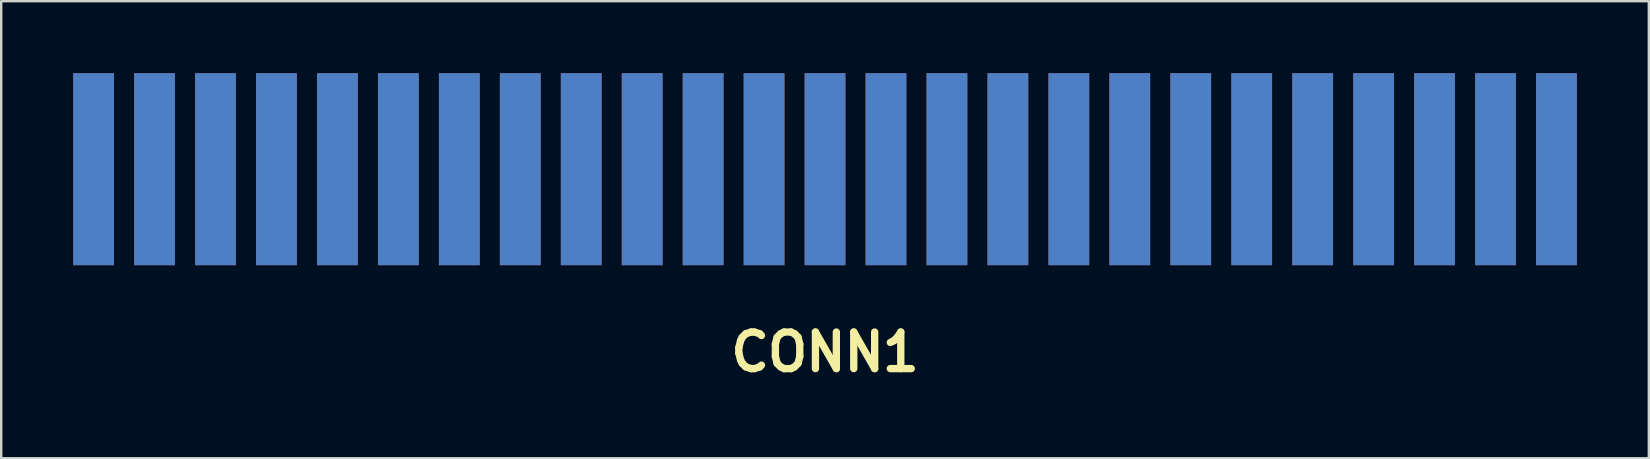
<source format=kicad_pcb>
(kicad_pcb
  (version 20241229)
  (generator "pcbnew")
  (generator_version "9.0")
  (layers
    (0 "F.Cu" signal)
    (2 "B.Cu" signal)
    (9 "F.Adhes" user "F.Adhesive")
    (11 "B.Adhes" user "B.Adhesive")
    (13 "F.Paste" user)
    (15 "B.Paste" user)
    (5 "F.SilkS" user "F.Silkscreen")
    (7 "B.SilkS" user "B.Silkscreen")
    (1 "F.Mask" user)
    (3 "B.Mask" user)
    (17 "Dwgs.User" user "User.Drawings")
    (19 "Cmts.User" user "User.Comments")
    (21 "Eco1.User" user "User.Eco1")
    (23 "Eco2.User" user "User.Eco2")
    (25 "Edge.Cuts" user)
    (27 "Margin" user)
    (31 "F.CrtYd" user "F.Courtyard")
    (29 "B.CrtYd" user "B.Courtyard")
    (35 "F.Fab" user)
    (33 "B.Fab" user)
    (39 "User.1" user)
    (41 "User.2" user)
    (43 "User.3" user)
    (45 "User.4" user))
  (footprint "CONN1"
    (layer "F.Cu")
    (at 31.33 9.081)
    (property "Reference" "CONN1" (at 0 2.54 0) (layer "F.SilkS") (effects (font (size 1.524 1.524) (thickness 0.305))))
    (attr through_hole)
    (pad "1" connect rect (at 30.48 -5.08) (size 1.699 8.001) (layers "F.Mask" "B.Cu"))
    (pad "2" connect rect (at 30.48 -5.08) (size 1.699 8.001) (layers "F.Cu" "F.Mask"))
    (pad "3" connect rect (at 27.94 -5.08) (size 1.699 8.001) (layers "F.Mask" "B.Cu"))
    (pad "4" connect rect (at 27.94 -5.08) (size 1.699 8.001) (layers "F.Cu" "F.Mask"))
    (pad "5" connect rect (at 25.4 -5.08) (size 1.699 8.001) (layers "F.Mask" "B.Cu"))
    (pad "6" connect rect (at 25.4 -5.08) (size 1.699 8.001) (layers "F.Cu" "F.Mask"))
    (pad "7" connect rect (at 22.86 -5.08) (size 1.699 8.001) (layers "F.Mask" "B.Cu"))
    (pad "8" connect rect (at 22.86 -5.08) (size 1.699 8.001) (layers "F.Cu" "F.Mask"))
    (pad "9" connect rect (at 20.32 -5.08) (size 1.699 8.001) (layers "F.Mask" "B.Cu"))
    (pad "10" connect rect (at 20.32 -5.08) (size 1.699 8.001) (layers "F.Cu" "F.Mask"))
    (pad "11" connect rect (at 17.78 -5.08) (size 1.699 8.001) (layers "F.Mask" "B.Cu"))
    (pad "12" connect rect (at 17.78 -5.08) (size 1.699 8.001) (layers "F.Cu" "F.Mask"))
    (pad "13" connect rect (at 15.24 -5.08) (size 1.699 8.001) (layers "F.Mask" "B.Cu"))
    (pad "14" connect rect (at 15.24 -5.08) (size 1.699 8.001) (layers "F.Cu" "F.Mask"))
    (pad "15" connect rect (at 12.7 -5.08) (size 1.699 8.001) (layers "F.Mask" "B.Cu"))
    (pad "16" connect rect (at 12.7 -5.08) (size 1.699 8.001) (layers "F.Cu" "F.Mask"))
    (pad "17" connect rect (at 10.16 -5.08) (size 1.699 8.001) (layers "F.Mask" "B.Cu"))
    (pad "18" connect rect (at 10.16 -5.08) (size 1.699 8.001) (layers "F.Cu" "F.Mask"))
    (pad "19" connect rect (at 7.62 -5.08) (size 1.699 8.001) (layers "F.Mask" "B.Cu"))
    (pad "20" connect rect (at 7.62 -5.08) (size 1.699 8.001) (layers "F.Cu" "F.Mask"))
    (pad "21" connect rect (at 5.08 -5.08) (size 1.699 8.001) (layers "F.Mask" "B.Cu"))
    (pad "22" connect rect (at 5.08 -5.08) (size 1.699 8.001) (layers "F.Cu" "F.Mask"))
    (pad "23" connect rect (at 2.54 -5.08) (size 1.699 8.001) (layers "F.Mask" "B.Cu"))
    (pad "24" connect rect (at 2.54 -5.08) (size 1.699 8.001) (layers "F.Cu" "F.Mask"))
    (pad "25" connect rect (at 0 -5.08) (size 1.699 8.001) (layers "F.Mask" "B.Cu"))
    (pad "26" connect rect (at 0 -5.08) (size 1.699 8.001) (layers "F.Cu" "F.Mask"))
    (pad "27" connect rect (at -2.54 -5.08) (size 1.699 8.001) (layers "F.Mask" "B.Cu"))
    (pad "28" connect rect (at -2.54 -5.08) (size 1.699 8.001) (layers "F.Cu" "F.Mask"))
    (pad "29" connect rect (at -5.08 -5.08) (size 1.699 8.001) (layers "F.Mask" "B.Cu"))
    (pad "30" connect rect (at -5.08 -5.08) (size 1.699 8.001) (layers "F.Cu" "F.Mask"))
    (pad "31" connect rect (at -7.62 -5.08) (size 1.699 8.001) (layers "F.Mask" "B.Cu"))
    (pad "32" connect rect (at -7.62 -5.08) (size 1.699 8.001) (layers "F.Cu" "F.Mask"))
    (pad "33" connect rect (at -10.16 -5.08) (size 1.699 8.001) (layers "F.Mask" "B.Cu"))
    (pad "34" connect rect (at -10.16 -5.08) (size 1.699 8.001) (layers "F.Cu" "F.Mask"))
    (pad "35" connect rect (at -12.7 -5.08) (size 1.699 8.001) (layers "F.Mask" "B.Cu"))
    (pad "36" connect rect (at -12.7 -5.08) (size 1.699 8.001) (layers "F.Cu" "F.Mask"))
    (pad "37" connect rect (at -15.24 -5.08) (size 1.699 8.001) (layers "F.Mask" "B.Cu"))
    (pad "38" connect rect (at -15.24 -5.08) (size 1.699 8.001) (layers "F.Cu" "F.Mask"))
    (pad "39" connect rect (at -17.78 -5.08) (size 1.699 8.001) (layers "F.Mask" "B.Cu"))
    (pad "40" connect rect (at -17.78 -5.08) (size 1.699 8.001) (layers "F.Cu" "F.Mask"))
    (pad "41" connect rect (at -20.32 -5.08) (size 1.699 8.001) (layers "F.Mask" "B.Cu"))
    (pad "42" connect rect (at -20.32 -5.08) (size 1.699 8.001) (layers "F.Cu" "F.Mask"))
    (pad "43" connect rect (at -22.86 -5.08) (size 1.699 8.001) (layers "F.Mask" "B.Cu"))
    (pad "44" connect rect (at -22.86 -5.08) (size 1.699 8.001) (layers "F.Cu" "F.Mask"))
    (pad "45" connect rect (at -25.4 -5.08) (size 1.699 8.001) (layers "F.Mask" "B.Cu"))
    (pad "46" connect rect (at -25.4 -5.08) (size 1.699 8.001) (layers "F.Cu" "F.Mask"))
    (pad "47" connect rect (at -27.94 -5.08) (size 1.699 8.001) (layers "F.Mask" "B.Cu"))
    (pad "48" connect rect (at -27.94 -5.08) (size 1.699 8.001) (layers "F.Cu" "F.Mask"))
    (pad "49" connect rect (at -30.48 -5.08) (size 1.699 8.001) (layers "F.Mask" "B.Cu"))
    (pad "50" connect rect (at -30.48 -5.08) (size 1.699 8.001) (layers "F.Cu" "F.Mask")))
  (gr_rect
    (start -3 -3)
    (end 65.659 16.047)
    (stroke (width 0.1) (type default))
    (fill no)
    (layer "Edge.Cuts")))
</source>
